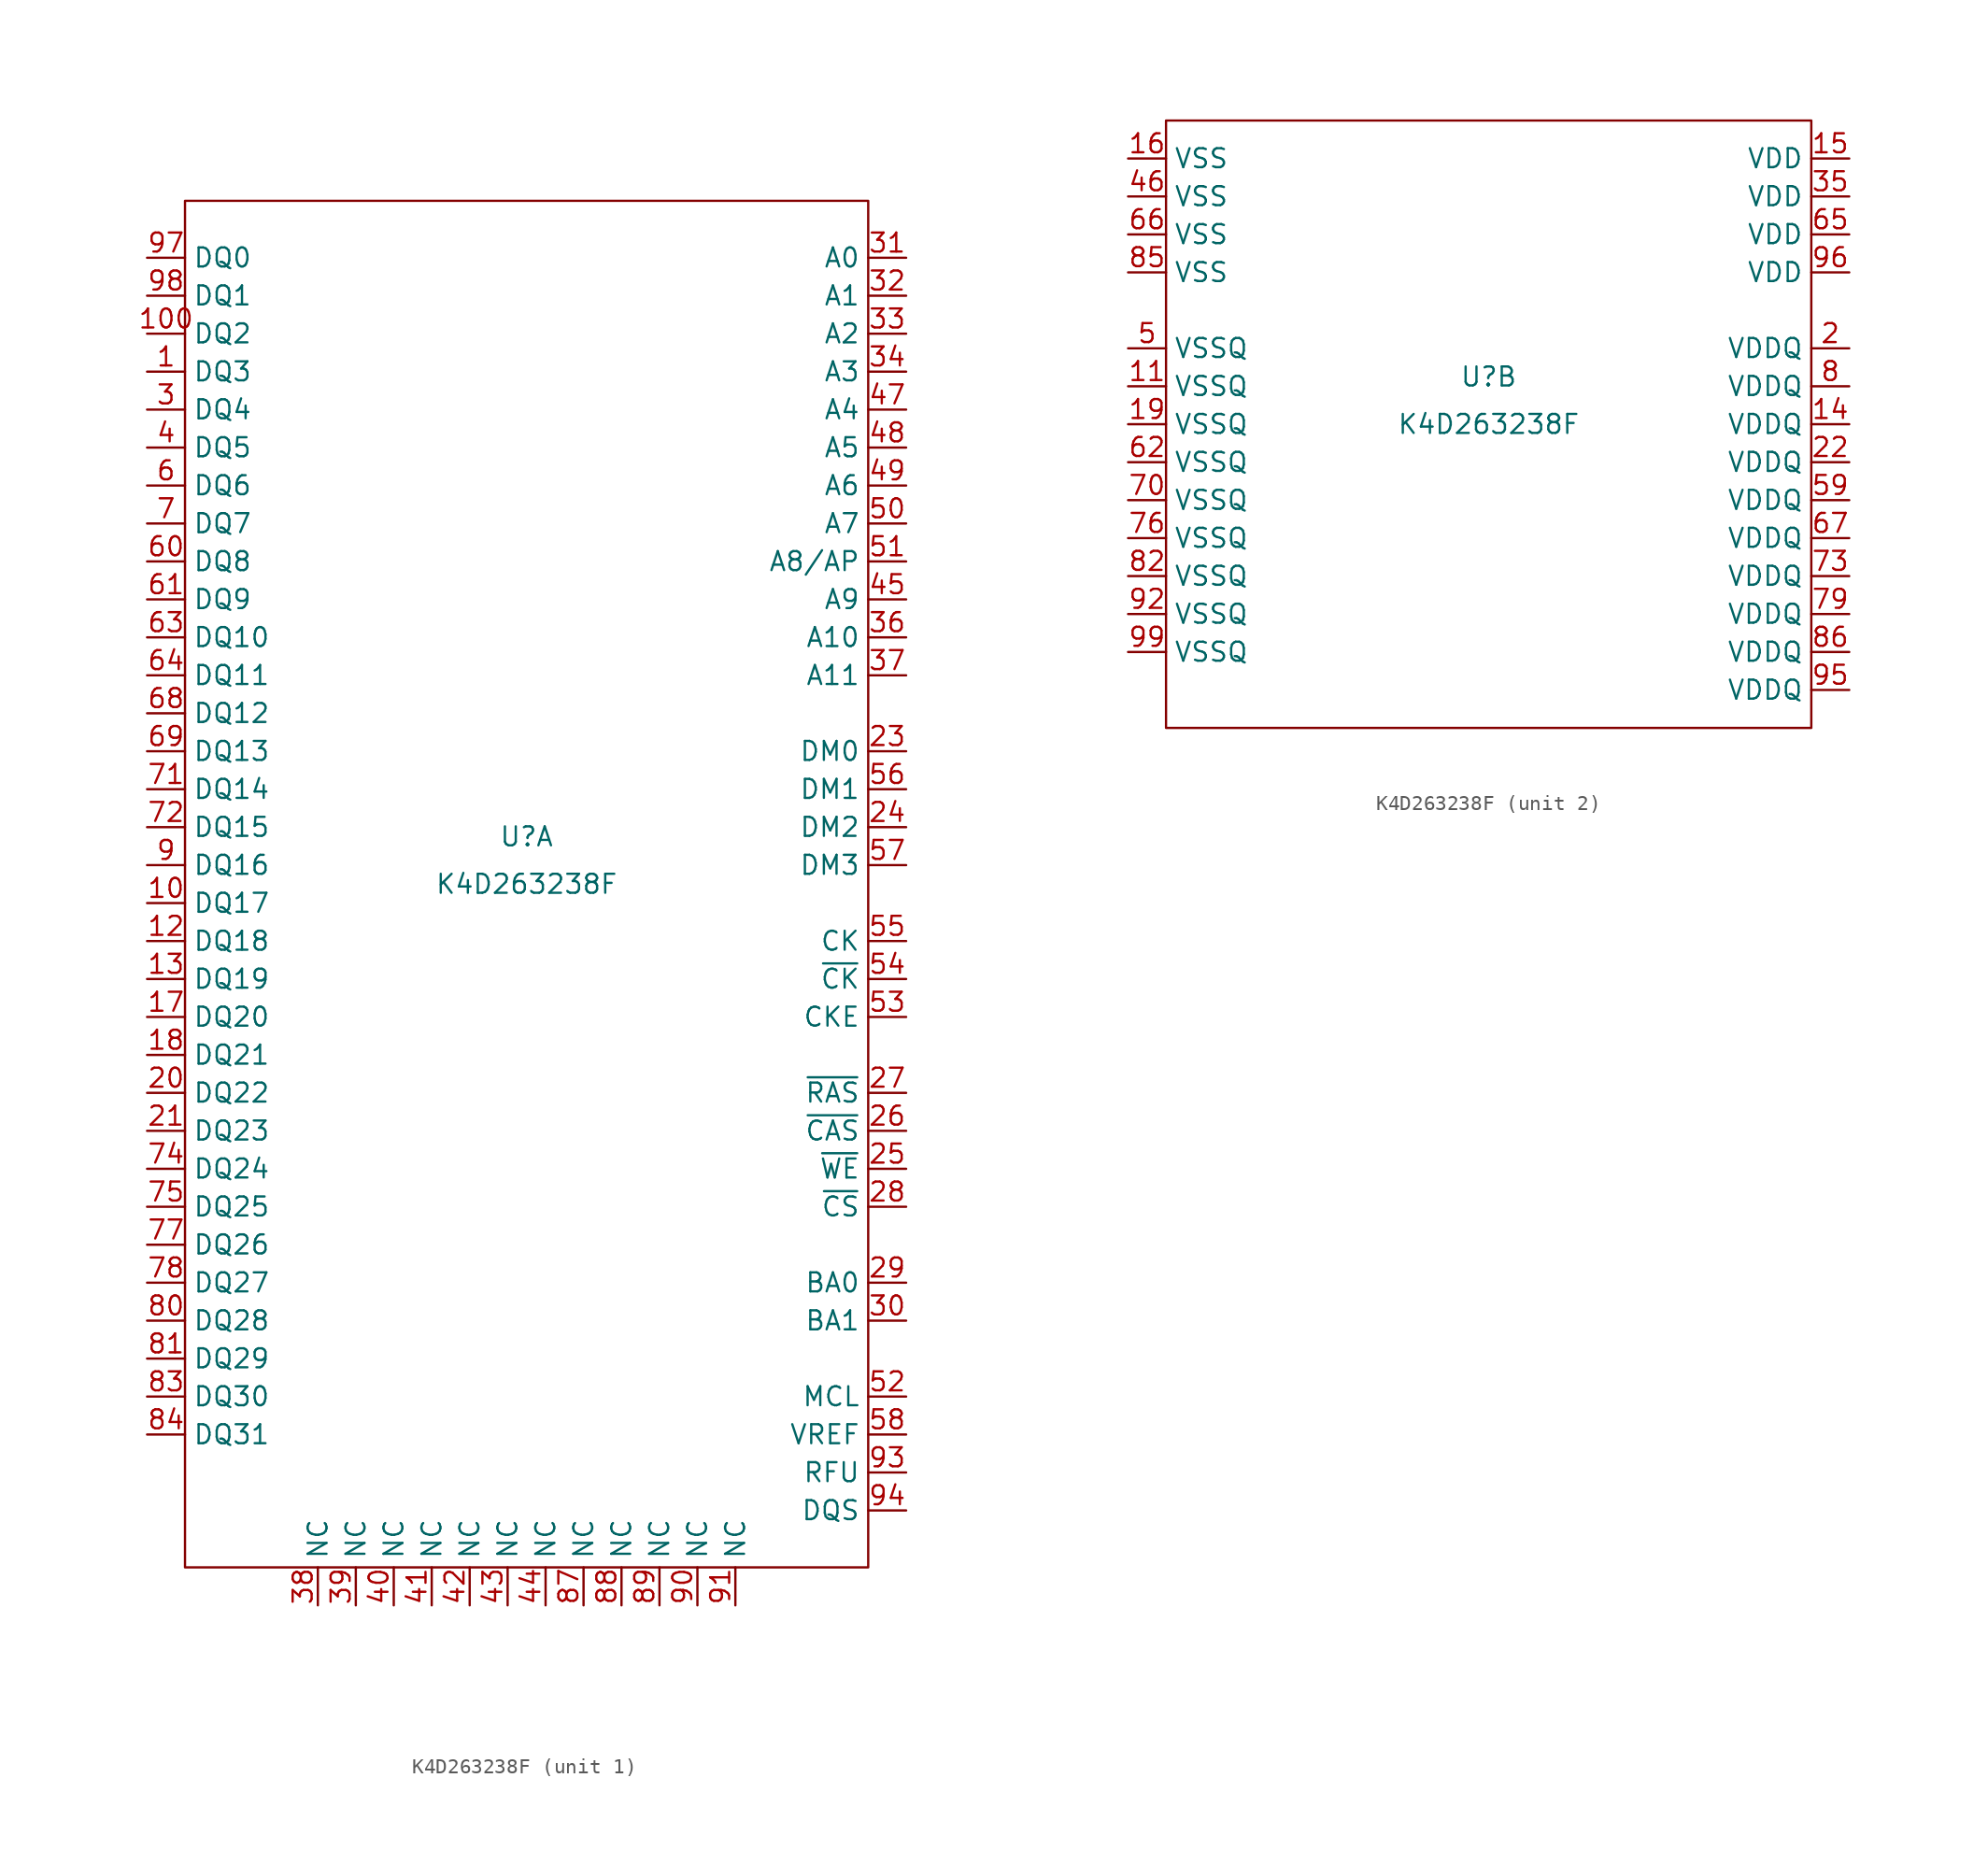
<source format=kicad_sym>
(kicad_symbol_lib
  (version 20211014)
  (generator kicad_symbol_editor)
  (symbol "K4D263238F"
    (property "Reference" "U"
      (at 0 3.175 0)
      (effects (font (size 1.27 1.27))))
    (property "Value" "K4D263238F"
      (at 0 0 0)
      (effects (font (size 1.27 1.27))))
    (property "ki_locked" ""
      (at 0 0 0)
      (effects (font (size 1.27 1.27))))
    (symbol "K4D263238F_1_1"
      (rectangle (start -22.86 45.72) (end 22.86 -45.72) (stroke (width 0) (type default) (color 0 0 0 0)) (fill (type none)))
      (pin bidirectional line (at -25.4 34.29 0) (length 2.54) (name "DQ3" (effects (font (size 1.27 1.27)))) (number "1" (effects (font (size 1.27 1.27)))))
      (pin bidirectional line (at -25.4 -1.27 0) (length 2.54) (name "DQ17" (effects (font (size 1.27 1.27)))) (number "10" (effects (font (size 1.27 1.27)))))
      (pin bidirectional line (at -25.4 36.83 0) (length 2.54) (name "DQ2" (effects (font (size 1.27 1.27)))) (number "100" (effects (font (size 1.27 1.27)))))
      (pin bidirectional line (at -25.4 -3.81 0) (length 2.54) (name "DQ18" (effects (font (size 1.27 1.27)))) (number "12" (effects (font (size 1.27 1.27)))))
      (pin bidirectional line (at -25.4 -6.35 0) (length 2.54) (name "DQ19" (effects (font (size 1.27 1.27)))) (number "13" (effects (font (size 1.27 1.27)))))
      (pin bidirectional line (at -25.4 -8.89 0) (length 2.54) (name "DQ20" (effects (font (size 1.27 1.27)))) (number "17" (effects (font (size 1.27 1.27)))))
      (pin bidirectional line (at -25.4 -11.43 0) (length 2.54) (name "DQ21" (effects (font (size 1.27 1.27)))) (number "18" (effects (font (size 1.27 1.27)))))
      (pin bidirectional line (at -25.4 -13.97 0) (length 2.54) (name "DQ22" (effects (font (size 1.27 1.27)))) (number "20" (effects (font (size 1.27 1.27)))))
      (pin bidirectional line (at -25.4 -16.51 0) (length 2.54) (name "DQ23" (effects (font (size 1.27 1.27)))) (number "21" (effects (font (size 1.27 1.27)))))
      (pin input line (at 25.4 8.89 180) (length 2.54) (name "DM0" (effects (font (size 1.27 1.27)))) (number "23" (effects (font (size 1.27 1.27)))))
      (pin input line (at 25.4 3.81 180) (length 2.54) (name "DM2" (effects (font (size 1.27 1.27)))) (number "24" (effects (font (size 1.27 1.27)))))
      (pin input line (at 25.4 -19.05 180) (length 2.54) (name "~{WE}" (effects (font (size 1.27 1.27)))) (number "25" (effects (font (size 1.27 1.27)))))
      (pin input line (at 25.4 -16.51 180) (length 2.54) (name "~{CAS}" (effects (font (size 1.27 1.27)))) (number "26" (effects (font (size 1.27 1.27)))))
      (pin input line (at 25.4 -13.97 180) (length 2.54) (name "~{RAS}" (effects (font (size 1.27 1.27)))) (number "27" (effects (font (size 1.27 1.27)))))
      (pin input line (at 25.4 -21.59 180) (length 2.54) (name "~{CS}" (effects (font (size 1.27 1.27)))) (number "28" (effects (font (size 1.27 1.27)))))
      (pin input line (at 25.4 -26.67 180) (length 2.54) (name "BA0" (effects (font (size 1.27 1.27)))) (number "29" (effects (font (size 1.27 1.27)))))
      (pin bidirectional line (at -25.4 31.75 0) (length 2.54) (name "DQ4" (effects (font (size 1.27 1.27)))) (number "3" (effects (font (size 1.27 1.27)))))
      (pin input line (at 25.4 -29.21 180) (length 2.54) (name "BA1" (effects (font (size 1.27 1.27)))) (number "30" (effects (font (size 1.27 1.27)))))
      (pin input line (at 25.4 41.91 180) (length 2.54) (name "A0" (effects (font (size 1.27 1.27)))) (number "31" (effects (font (size 1.27 1.27)))))
      (pin input line (at 25.4 39.37 180) (length 2.54) (name "A1" (effects (font (size 1.27 1.27)))) (number "32" (effects (font (size 1.27 1.27)))))
      (pin input line (at 25.4 36.83 180) (length 2.54) (name "A2" (effects (font (size 1.27 1.27)))) (number "33" (effects (font (size 1.27 1.27)))))
      (pin input line (at 25.4 34.29 180) (length 2.54) (name "A3" (effects (font (size 1.27 1.27)))) (number "34" (effects (font (size 1.27 1.27)))))
      (pin input line (at 25.4 16.51 180) (length 2.54) (name "A10" (effects (font (size 1.27 1.27)))) (number "36" (effects (font (size 1.27 1.27)))))
      (pin input line (at 25.4 13.97 180) (length 2.54) (name "A11" (effects (font (size 1.27 1.27)))) (number "37" (effects (font (size 1.27 1.27)))))
      (pin input line (at -13.97 -48.26 90) (length 2.54) (name "NC" (effects (font (size 1.27 1.27)))) (number "38" (effects (font (size 1.27 1.27)))))
      (pin input line (at -11.43 -48.26 90) (length 2.54) (name "NC" (effects (font (size 1.27 1.27)))) (number "39" (effects (font (size 1.27 1.27)))))
      (pin bidirectional line (at -25.4 29.21 0) (length 2.54) (name "DQ5" (effects (font (size 1.27 1.27)))) (number "4" (effects (font (size 1.27 1.27)))))
      (pin input line (at -8.89 -48.26 90) (length 2.54) (name "NC" (effects (font (size 1.27 1.27)))) (number "40" (effects (font (size 1.27 1.27)))))
      (pin input line (at -6.35 -48.26 90) (length 2.54) (name "NC" (effects (font (size 1.27 1.27)))) (number "41" (effects (font (size 1.27 1.27)))))
      (pin input line (at -3.81 -48.26 90) (length 2.54) (name "NC" (effects (font (size 1.27 1.27)))) (number "42" (effects (font (size 1.27 1.27)))))
      (pin input line (at -1.27 -48.26 90) (length 2.54) (name "NC" (effects (font (size 1.27 1.27)))) (number "43" (effects (font (size 1.27 1.27)))))
      (pin input line (at 1.27 -48.26 90) (length 2.54) (name "NC" (effects (font (size 1.27 1.27)))) (number "44" (effects (font (size 1.27 1.27)))))
      (pin input line (at 25.4 19.05 180) (length 2.54) (name "A9" (effects (font (size 1.27 1.27)))) (number "45" (effects (font (size 1.27 1.27)))))
      (pin input line (at 25.4 31.75 180) (length 2.54) (name "A4" (effects (font (size 1.27 1.27)))) (number "47" (effects (font (size 1.27 1.27)))))
      (pin input line (at 25.4 29.21 180) (length 2.54) (name "A5" (effects (font (size 1.27 1.27)))) (number "48" (effects (font (size 1.27 1.27)))))
      (pin input line (at 25.4 26.67 180) (length 2.54) (name "A6" (effects (font (size 1.27 1.27)))) (number "49" (effects (font (size 1.27 1.27)))))
      (pin input line (at 25.4 24.13 180) (length 2.54) (name "A7" (effects (font (size 1.27 1.27)))) (number "50" (effects (font (size 1.27 1.27)))))
      (pin input line (at 25.4 21.59 180) (length 2.54) (name "A8/AP" (effects (font (size 1.27 1.27)))) (number "51" (effects (font (size 1.27 1.27)))))
      (pin input line (at 25.4 -34.29 180) (length 2.54) (name "MCL" (effects (font (size 1.27 1.27)))) (number "52" (effects (font (size 1.27 1.27)))))
      (pin input line (at 25.4 -8.89 180) (length 2.54) (name "CKE" (effects (font (size 1.27 1.27)))) (number "53" (effects (font (size 1.27 1.27)))))
      (pin input line (at 25.4 -6.35 180) (length 2.54) (name "~{CK}" (effects (font (size 1.27 1.27)))) (number "54" (effects (font (size 1.27 1.27)))))
      (pin input line (at 25.4 -3.81 180) (length 2.54) (name "CK" (effects (font (size 1.27 1.27)))) (number "55" (effects (font (size 1.27 1.27)))))
      (pin input line (at 25.4 6.35 180) (length 2.54) (name "DM1" (effects (font (size 1.27 1.27)))) (number "56" (effects (font (size 1.27 1.27)))))
      (pin input line (at 25.4 1.27 180) (length 2.54) (name "DM3" (effects (font (size 1.27 1.27)))) (number "57" (effects (font (size 1.27 1.27)))))
      (pin input line (at 25.4 -36.83 180) (length 2.54) (name "VREF" (effects (font (size 1.27 1.27)))) (number "58" (effects (font (size 1.27 1.27)))))
      (pin bidirectional line (at -25.4 26.67 0) (length 2.54) (name "DQ6" (effects (font (size 1.27 1.27)))) (number "6" (effects (font (size 1.27 1.27)))))
      (pin bidirectional line (at -25.4 21.59 0) (length 2.54) (name "DQ8" (effects (font (size 1.27 1.27)))) (number "60" (effects (font (size 1.27 1.27)))))
      (pin bidirectional line (at -25.4 19.05 0) (length 2.54) (name "DQ9" (effects (font (size 1.27 1.27)))) (number "61" (effects (font (size 1.27 1.27)))))
      (pin bidirectional line (at -25.4 16.51 0) (length 2.54) (name "DQ10" (effects (font (size 1.27 1.27)))) (number "63" (effects (font (size 1.27 1.27)))))
      (pin bidirectional line (at -25.4 13.97 0) (length 2.54) (name "DQ11" (effects (font (size 1.27 1.27)))) (number "64" (effects (font (size 1.27 1.27)))))
      (pin bidirectional line (at -25.4 11.43 0) (length 2.54) (name "DQ12" (effects (font (size 1.27 1.27)))) (number "68" (effects (font (size 1.27 1.27)))))
      (pin bidirectional line (at -25.4 8.89 0) (length 2.54) (name "DQ13" (effects (font (size 1.27 1.27)))) (number "69" (effects (font (size 1.27 1.27)))))
      (pin bidirectional line (at -25.4 24.13 0) (length 2.54) (name "DQ7" (effects (font (size 1.27 1.27)))) (number "7" (effects (font (size 1.27 1.27)))))
      (pin bidirectional line (at -25.4 6.35 0) (length 2.54) (name "DQ14" (effects (font (size 1.27 1.27)))) (number "71" (effects (font (size 1.27 1.27)))))
      (pin bidirectional line (at -25.4 3.81 0) (length 2.54) (name "DQ15" (effects (font (size 1.27 1.27)))) (number "72" (effects (font (size 1.27 1.27)))))
      (pin bidirectional line (at -25.4 -19.05 0) (length 2.54) (name "DQ24" (effects (font (size 1.27 1.27)))) (number "74" (effects (font (size 1.27 1.27)))))
      (pin bidirectional line (at -25.4 -21.59 0) (length 2.54) (name "DQ25" (effects (font (size 1.27 1.27)))) (number "75" (effects (font (size 1.27 1.27)))))
      (pin bidirectional line (at -25.4 -24.13 0) (length 2.54) (name "DQ26" (effects (font (size 1.27 1.27)))) (number "77" (effects (font (size 1.27 1.27)))))
      (pin bidirectional line (at -25.4 -26.67 0) (length 2.54) (name "DQ27" (effects (font (size 1.27 1.27)))) (number "78" (effects (font (size 1.27 1.27)))))
      (pin bidirectional line (at -25.4 -29.21 0) (length 2.54) (name "DQ28" (effects (font (size 1.27 1.27)))) (number "80" (effects (font (size 1.27 1.27)))))
      (pin bidirectional line (at -25.4 -31.75 0) (length 2.54) (name "DQ29" (effects (font (size 1.27 1.27)))) (number "81" (effects (font (size 1.27 1.27)))))
      (pin bidirectional line (at -25.4 -34.29 0) (length 2.54) (name "DQ30" (effects (font (size 1.27 1.27)))) (number "83" (effects (font (size 1.27 1.27)))))
      (pin bidirectional line (at -25.4 -36.83 0) (length 2.54) (name "DQ31" (effects (font (size 1.27 1.27)))) (number "84" (effects (font (size 1.27 1.27)))))
      (pin input line (at 3.81 -48.26 90) (length 2.54) (name "NC" (effects (font (size 1.27 1.27)))) (number "87" (effects (font (size 1.27 1.27)))))
      (pin input line (at 6.35 -48.26 90) (length 2.54) (name "NC" (effects (font (size 1.27 1.27)))) (number "88" (effects (font (size 1.27 1.27)))))
      (pin input line (at 8.89 -48.26 90) (length 2.54) (name "NC" (effects (font (size 1.27 1.27)))) (number "89" (effects (font (size 1.27 1.27)))))
      (pin bidirectional line (at -25.4 1.27 0) (length 2.54) (name "DQ16" (effects (font (size 1.27 1.27)))) (number "9" (effects (font (size 1.27 1.27)))))
      (pin input line (at 11.43 -48.26 90) (length 2.54) (name "NC" (effects (font (size 1.27 1.27)))) (number "90" (effects (font (size 1.27 1.27)))))
      (pin input line (at 13.97 -48.26 90) (length 2.54) (name "NC" (effects (font (size 1.27 1.27)))) (number "91" (effects (font (size 1.27 1.27)))))
      (pin input line (at 25.4 -39.37 180) (length 2.54) (name "RFU" (effects (font (size 1.27 1.27)))) (number "93" (effects (font (size 1.27 1.27)))))
      (pin bidirectional line (at 25.4 -41.91 180) (length 2.54) (name "DQS" (effects (font (size 1.27 1.27)))) (number "94" (effects (font (size 1.27 1.27)))))
      (pin bidirectional line (at -25.4 41.91 0) (length 2.54) (name "DQ0" (effects (font (size 1.27 1.27)))) (number "97" (effects (font (size 1.27 1.27)))))
      (pin bidirectional line (at -25.4 39.37 0) (length 2.54) (name "DQ1" (effects (font (size 1.27 1.27)))) (number "98" (effects (font (size 1.27 1.27))))))
    (symbol "K4D263238F_2_1"
      (rectangle (start -21.59 20.32) (end 21.59 -20.32) (stroke (width 0) (type default) (color 0 0 0 0)) (fill (type none)))
      (pin power_in line (at -24.13 2.54 0) (length 2.54) (name "VSSQ" (effects (font (size 1.27 1.27)))) (number "11" (effects (font (size 1.27 1.27)))))
      (pin power_in line (at 24.13 0 180) (length 2.54) (name "VDDQ" (effects (font (size 1.27 1.27)))) (number "14" (effects (font (size 1.27 1.27)))))
      (pin power_in line (at 24.13 17.78 180) (length 2.54) (name "VDD" (effects (font (size 1.27 1.27)))) (number "15" (effects (font (size 1.27 1.27)))))
      (pin power_in line (at -24.13 17.78 0) (length 2.54) (name "VSS" (effects (font (size 1.27 1.27)))) (number "16" (effects (font (size 1.27 1.27)))))
      (pin power_in line (at -24.13 0 0) (length 2.54) (name "VSSQ" (effects (font (size 1.27 1.27)))) (number "19" (effects (font (size 1.27 1.27)))))
      (pin power_in line (at 24.13 5.08 180) (length 2.54) (name "VDDQ" (effects (font (size 1.27 1.27)))) (number "2" (effects (font (size 1.27 1.27)))))
      (pin power_in line (at 24.13 -2.54 180) (length 2.54) (name "VDDQ" (effects (font (size 1.27 1.27)))) (number "22" (effects (font (size 1.27 1.27)))))
      (pin power_in line (at 24.13 15.24 180) (length 2.54) (name "VDD" (effects (font (size 1.27 1.27)))) (number "35" (effects (font (size 1.27 1.27)))))
      (pin power_in line (at -24.13 15.24 0) (length 2.54) (name "VSS" (effects (font (size 1.27 1.27)))) (number "46" (effects (font (size 1.27 1.27)))))
      (pin power_in line (at -24.13 5.08 0) (length 2.54) (name "VSSQ" (effects (font (size 1.27 1.27)))) (number "5" (effects (font (size 1.27 1.27)))))
      (pin power_in line (at 24.13 -5.08 180) (length 2.54) (name "VDDQ" (effects (font (size 1.27 1.27)))) (number "59" (effects (font (size 1.27 1.27)))))
      (pin power_in line (at -24.13 -2.54 0) (length 2.54) (name "VSSQ" (effects (font (size 1.27 1.27)))) (number "62" (effects (font (size 1.27 1.27)))))
      (pin power_in line (at 24.13 12.7 180) (length 2.54) (name "VDD" (effects (font (size 1.27 1.27)))) (number "65" (effects (font (size 1.27 1.27)))))
      (pin power_in line (at -24.13 12.7 0) (length 2.54) (name "VSS" (effects (font (size 1.27 1.27)))) (number "66" (effects (font (size 1.27 1.27)))))
      (pin power_in line (at 24.13 -7.62 180) (length 2.54) (name "VDDQ" (effects (font (size 1.27 1.27)))) (number "67" (effects (font (size 1.27 1.27)))))
      (pin power_in line (at -24.13 -5.08 0) (length 2.54) (name "VSSQ" (effects (font (size 1.27 1.27)))) (number "70" (effects (font (size 1.27 1.27)))))
      (pin power_in line (at 24.13 -10.16 180) (length 2.54) (name "VDDQ" (effects (font (size 1.27 1.27)))) (number "73" (effects (font (size 1.27 1.27)))))
      (pin power_in line (at -24.13 -7.62 0) (length 2.54) (name "VSSQ" (effects (font (size 1.27 1.27)))) (number "76" (effects (font (size 1.27 1.27)))))
      (pin power_in line (at 24.13 -12.7 180) (length 2.54) (name "VDDQ" (effects (font (size 1.27 1.27)))) (number "79" (effects (font (size 1.27 1.27)))))
      (pin power_in line (at 24.13 2.54 180) (length 2.54) (name "VDDQ" (effects (font (size 1.27 1.27)))) (number "8" (effects (font (size 1.27 1.27)))))
      (pin power_in line (at -24.13 -10.16 0) (length 2.54) (name "VSSQ" (effects (font (size 1.27 1.27)))) (number "82" (effects (font (size 1.27 1.27)))))
      (pin power_in line (at -24.13 10.16 0) (length 2.54) (name "VSS" (effects (font (size 1.27 1.27)))) (number "85" (effects (font (size 1.27 1.27)))))
      (pin power_in line (at 24.13 -15.24 180) (length 2.54) (name "VDDQ" (effects (font (size 1.27 1.27)))) (number "86" (effects (font (size 1.27 1.27)))))
      (pin power_in line (at -24.13 -12.7 0) (length 2.54) (name "VSSQ" (effects (font (size 1.27 1.27)))) (number "92" (effects (font (size 1.27 1.27)))))
      (pin power_in line (at 24.13 -17.78 180) (length 2.54) (name "VDDQ" (effects (font (size 1.27 1.27)))) (number "95" (effects (font (size 1.27 1.27)))))
      (pin power_in line (at 24.13 10.16 180) (length 2.54) (name "VDD" (effects (font (size 1.27 1.27)))) (number "96" (effects (font (size 1.27 1.27)))))
      (pin power_in line (at -24.13 -15.24 0) (length 2.54) (name "VSSQ" (effects (font (size 1.27 1.27)))) (number "99" (effects (font (size 1.27 1.27))))))))
</source>
